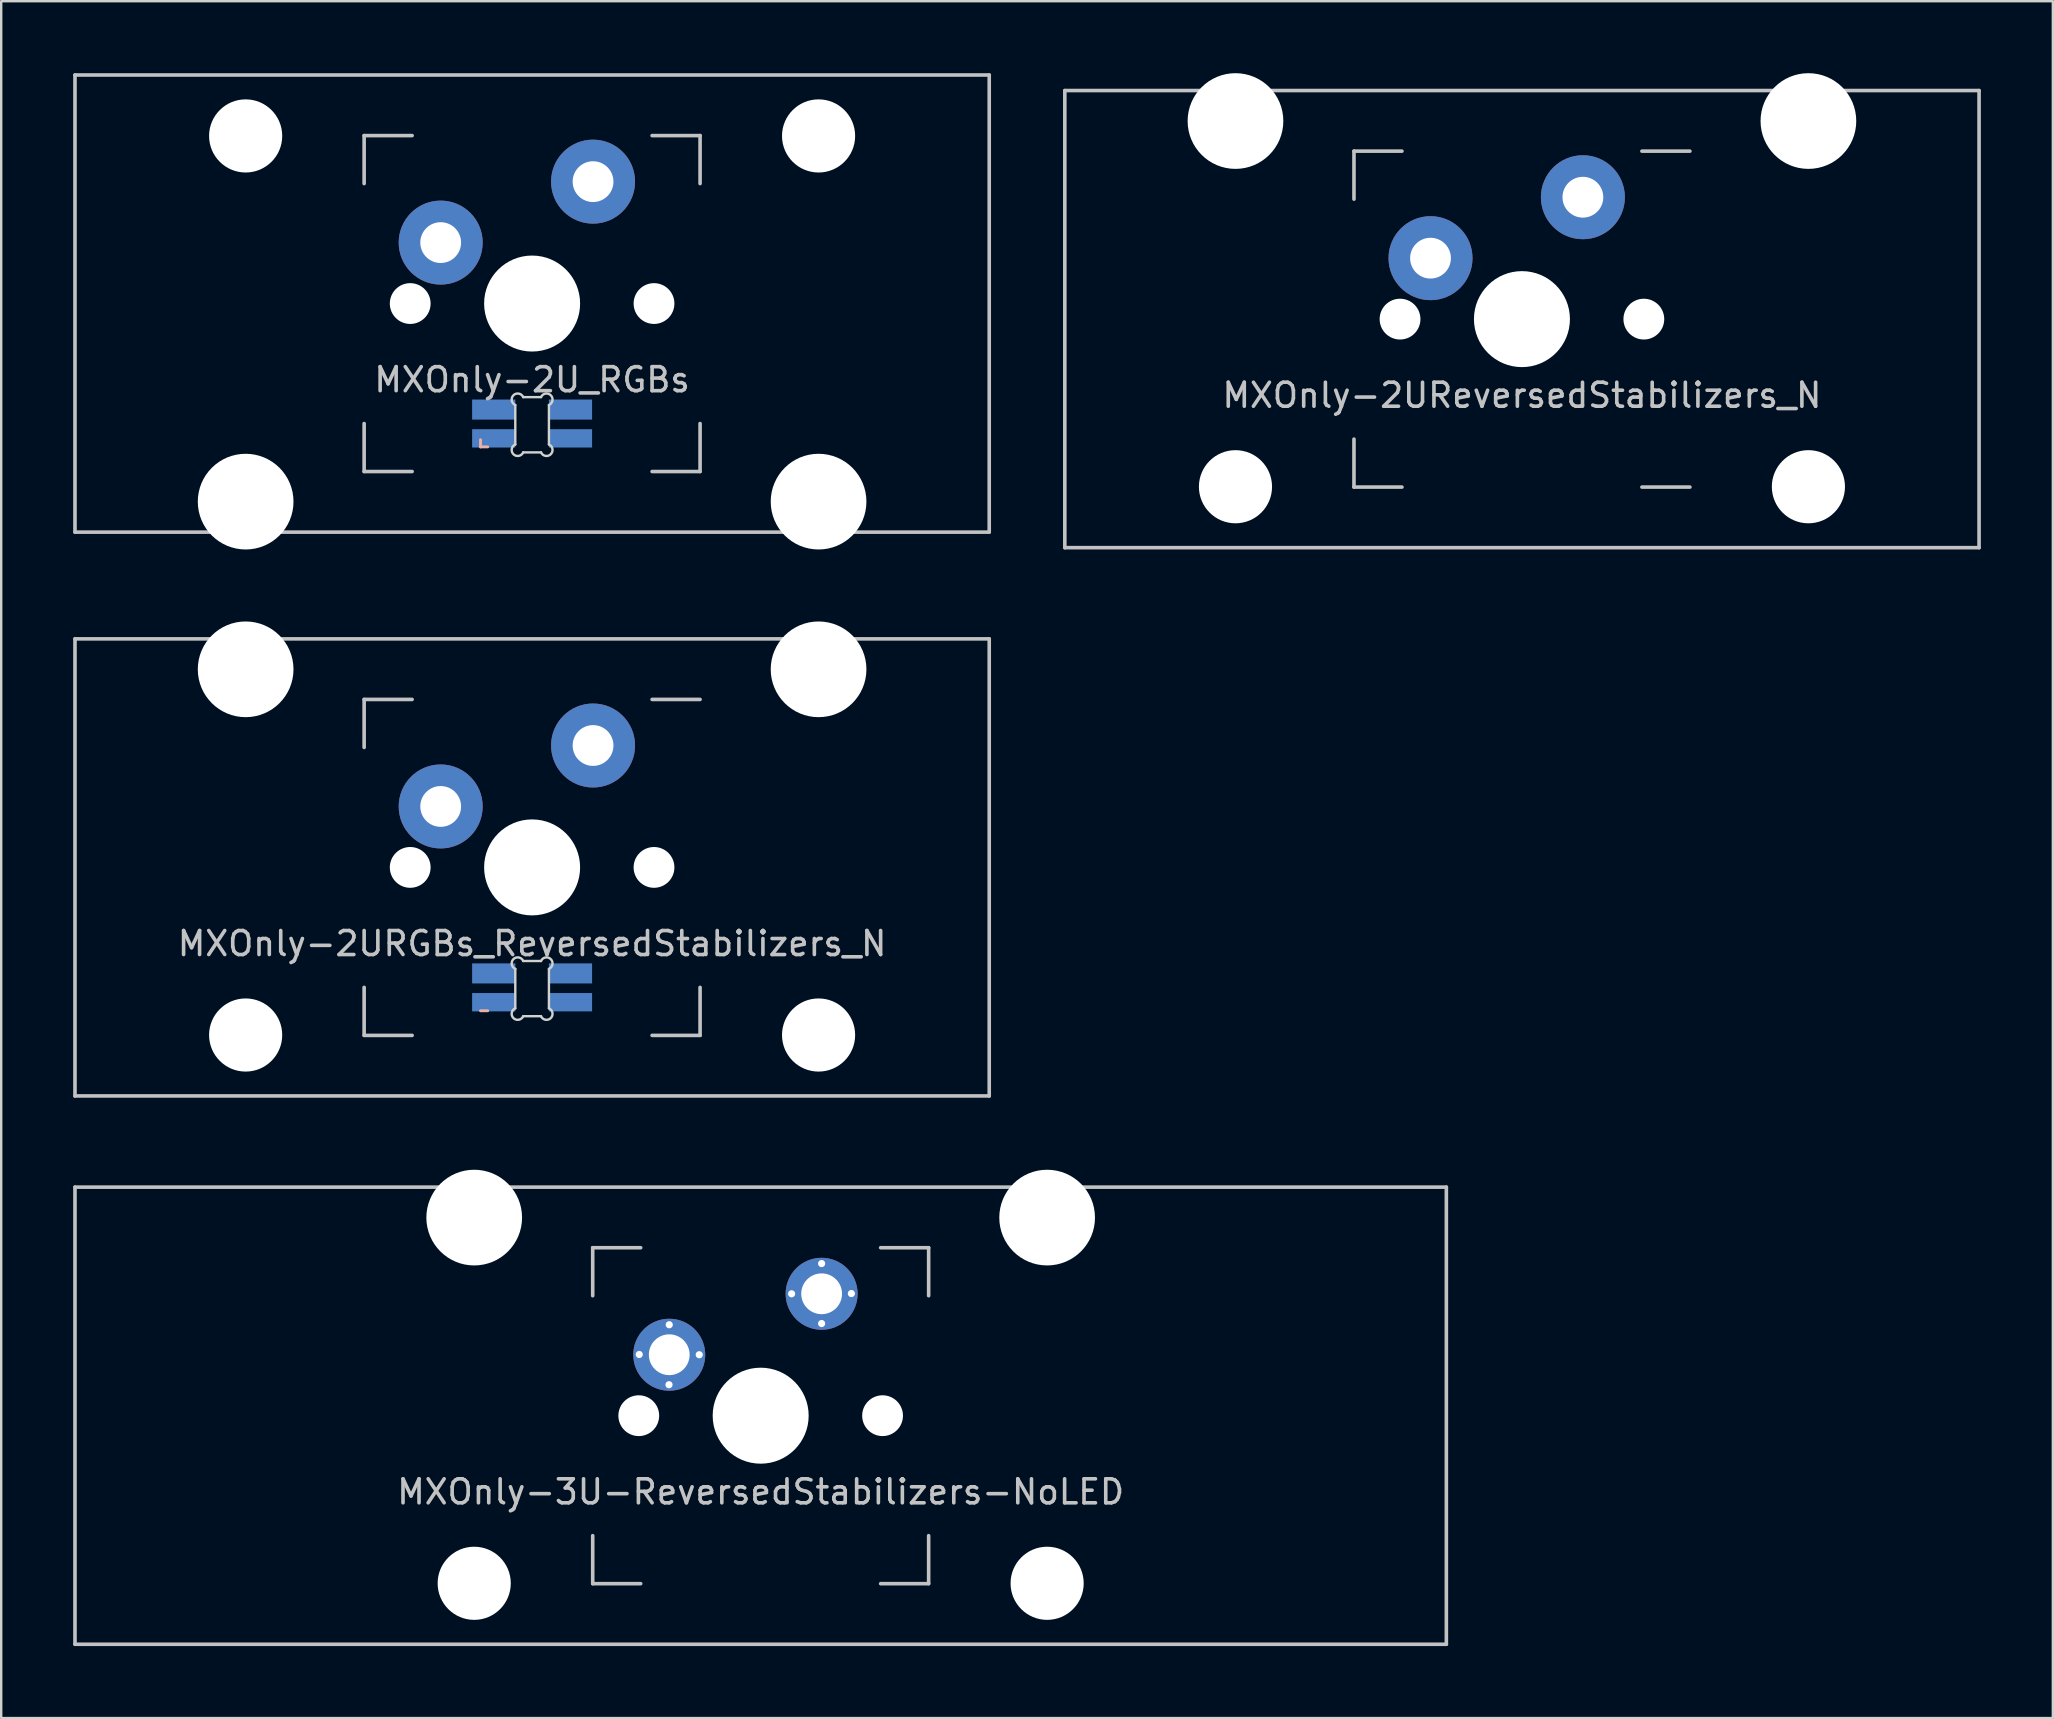
<source format=kicad_pcb>
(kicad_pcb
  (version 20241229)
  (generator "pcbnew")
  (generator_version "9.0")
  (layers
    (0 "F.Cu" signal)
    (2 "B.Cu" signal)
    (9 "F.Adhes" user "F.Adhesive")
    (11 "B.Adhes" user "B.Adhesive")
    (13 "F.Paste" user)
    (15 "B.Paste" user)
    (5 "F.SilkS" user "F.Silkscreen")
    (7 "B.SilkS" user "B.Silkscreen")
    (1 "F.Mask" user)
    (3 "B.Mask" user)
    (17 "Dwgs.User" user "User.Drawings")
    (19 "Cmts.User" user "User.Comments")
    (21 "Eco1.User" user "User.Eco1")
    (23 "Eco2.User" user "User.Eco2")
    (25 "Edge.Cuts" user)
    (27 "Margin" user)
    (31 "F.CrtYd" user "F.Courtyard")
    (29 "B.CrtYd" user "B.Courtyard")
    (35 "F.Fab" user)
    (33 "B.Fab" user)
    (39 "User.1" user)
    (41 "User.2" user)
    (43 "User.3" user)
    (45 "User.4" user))
  (footprint "MXOnly-2UReversedStabilizers_N"
    (layer "F.Cu")
    (at 60.375 10.249)
    (property "Reference" "MXOnly-2UReversedStabilizers_N" (at 0 3.175 0) (layer "Dwgs.User") (effects (font (size 1 1) (thickness 0.15))))
    (attr through_hole)
    (fp_line (start -19.05 -9.525) (end 19.05 -9.525) (stroke (width 0.15) (type solid)) (layer "Dwgs.User"))
    (fp_line (start -19.05 9.525) (end -19.05 -9.525) (stroke (width 0.15) (type solid)) (layer "Dwgs.User"))
    (fp_line (start -19.05 9.525) (end 19.05 9.525) (stroke (width 0.15) (type solid)) (layer "Dwgs.User"))
    (fp_line (start -7 -7) (end -7 -5) (stroke (width 0.15) (type solid)) (layer "Dwgs.User"))
    (fp_line (start -7 5) (end -7 7) (stroke (width 0.15) (type solid)) (layer "Dwgs.User"))
    (fp_line (start -7 7) (end -5 7) (stroke (width 0.15) (type solid)) (layer "Dwgs.User"))
    (fp_line (start -5 -7) (end -7 -7) (stroke (width 0.15) (type solid)) (layer "Dwgs.User"))
    (fp_line (start 5 -7) (end 7 -7) (stroke (width 0.15) (type solid)) (layer "Dwgs.User"))
    (fp_line (start 5 7) (end 7 7) (stroke (width 0.15) (type solid)) (layer "Dwgs.User"))
    (fp_line (start 19.05 -9.525) (end 19.05 9.525) (stroke (width 0.15) (type solid)) (layer "Dwgs.User"))
    (pad "" np_thru_hole circle (at -11.938 -8.255) (size 3.988 3.988) (drill 3.988) (layers "*.Cu" "*.Mask"))
    (pad "" np_thru_hole circle (at -11.938 6.985) (size 3.048 3.048) (drill 3.048) (layers "*.Cu" "*.Mask"))
    (pad "" np_thru_hole circle (at -5.08 0 48.099) (size 1.7 1.7) (drill 1.7) (layers "*.Cu" "*.Mask"))
    (pad "" smd circle (at -3.81 -2.55) (size 2.5 2.5) (layers "B.Mask"))
    (pad "" np_thru_hole circle (at 0 0) (size 4 4) (drill 4) (layers "*.Cu" "*.Mask"))
    (pad "" smd circle (at 2.54 -5.08) (size 2.5 2.5) (layers "B.Mask"))
    (pad "" np_thru_hole circle (at 5.08 0 48.099) (size 1.7 1.7) (drill 1.7) (layers "*.Cu" "*.Mask"))
    (pad "" np_thru_hole circle (at 11.938 -8.255) (size 3.988 3.988) (drill 3.988) (layers "*.Cu" "*.Mask"))
    (pad "" np_thru_hole circle (at 11.938 6.985) (size 3.048 3.048) (drill 3.048) (layers "*.Cu" "*.Mask"))
    (pad "1" thru_hole circle (at -3.81 -2.54) (size 3.5 3.5) (drill 1.7) (layers "*.Cu"))
    (pad "2" thru_hole circle (at 2.54 -5.08) (size 3.5 3.5) (drill 1.7) (layers "*.Cu")))
  (footprint "MXOnly-2U_RGBs"
    (layer "F.Cu")
    (at 19.125 9.6)
    (property "Reference" "MXOnly-2U_RGBs" (at 0 3.175 0) (layer "Dwgs.User") (effects (font (size 1 1) (thickness 0.15))))
    (attr through_hole)
    (fp_line (start -2.15 5.675) (end -2.15 5.975) (stroke (width 0.12) (type solid)) (layer "B.SilkS"))
    (fp_line (start -2.15 5.975) (end -1.85 5.975) (stroke (width 0.12) (type solid)) (layer "B.SilkS"))
    (fp_line (start -19.05 -9.525) (end 19.05 -9.525) (stroke (width 0.15) (type solid)) (layer "Dwgs.User"))
    (fp_line (start -19.05 9.525) (end -19.05 -9.525) (stroke (width 0.15) (type solid)) (layer "Dwgs.User"))
    (fp_line (start -19.05 9.525) (end 19.05 9.525) (stroke (width 0.15) (type solid)) (layer "Dwgs.User"))
    (fp_line (start -7 -7) (end -7 -5) (stroke (width 0.15) (type solid)) (layer "Dwgs.User"))
    (fp_line (start -7 5) (end -7 7) (stroke (width 0.15) (type solid)) (layer "Dwgs.User"))
    (fp_line (start -7 7) (end -5 7) (stroke (width 0.15) (type solid)) (layer "Dwgs.User"))
    (fp_line (start -5 -7) (end -7 -7) (stroke (width 0.15) (type solid)) (layer "Dwgs.User"))
    (fp_line (start 5 -7) (end 7 -7) (stroke (width 0.15) (type solid)) (layer "Dwgs.User"))
    (fp_line (start 5 7) (end 7 7) (stroke (width 0.15) (type solid)) (layer "Dwgs.User"))
    (fp_line (start 7 -7) (end 7 -5) (stroke (width 0.15) (type solid)) (layer "Dwgs.User"))
    (fp_line (start 7 7) (end 7 5) (stroke (width 0.15) (type solid)) (layer "Dwgs.User"))
    (fp_line (start 19.05 -9.525) (end 19.05 9.525) (stroke (width 0.15) (type solid)) (layer "Dwgs.User"))
    (fp_line (start -0.701 5.873) (end -0.701 4.229) (stroke (width 0.1) (type solid)) (layer "Edge.Cuts"))
    (fp_line (start -0.372 3.9) (end 0.372 3.9) (stroke (width 0.1) (type solid)) (layer "Edge.Cuts"))
    (fp_line (start 0.372 6.202) (end -0.372 6.202) (stroke (width 0.1) (type solid)) (layer "Edge.Cuts"))
    (fp_line (start 0.701 4.229) (end 0.701 5.873) (stroke (width 0.1) (type solid)) (layer "Edge.Cuts"))
    (fp_arc (start -0.701007 4.229129) (mid -0.777791 3.823216) (end -0.371878 3.9) (stroke (width 0.1) (type solid)) (layer "Edge.Cuts"))
    (fp_arc (start -0.371878 6.202013) (mid -0.777748 6.278754) (end -0.701007 5.872884) (stroke (width 0.1) (type solid)) (layer "Edge.Cuts"))
    (fp_arc (start 0.371877 3.9) (mid 0.777804 3.823208) (end 0.701006 4.229129) (stroke (width 0.1) (type solid)) (layer "Edge.Cuts"))
    (fp_arc (start 0.701006 5.872884) (mid 0.777758 6.278765) (end 0.371877 6.202013) (stroke (width 0.1) (type solid)) (layer "Edge.Cuts"))
    (pad "" np_thru_hole circle (at -11.938 -6.985) (size 3.048 3.048) (drill 3.048) (layers "*.Cu" "*.Mask"))
    (pad "" np_thru_hole circle (at -11.938 8.255) (size 3.988 3.988) (drill 3.988) (layers "*.Cu" "*.Mask"))
    (pad "" np_thru_hole circle (at -5.08 0 48.099) (size 1.7 1.7) (drill 1.7) (layers "*.Cu" "*.Mask"))
    (pad "" smd circle (at -3.81 -2.55) (size 2.5 2.5) (layers "B.Mask"))
    (pad "" np_thru_hole circle (at 0 0) (size 4 4) (drill 4) (layers "*.Cu" "*.Mask"))
    (pad "" smd circle (at 2.54 -5.08) (size 2.5 2.5) (layers "B.Mask"))
    (pad "" np_thru_hole circle (at 5.08 0 48.099) (size 1.7 1.7) (drill 1.7) (layers "*.Cu" "*.Mask"))
    (pad "" np_thru_hole circle (at 11.938 -6.985) (size 3.048 3.048) (drill 3.048) (layers "*.Cu" "*.Mask"))
    (pad "" np_thru_hole circle (at 11.938 8.255) (size 3.988 3.988) (drill 3.988) (layers "*.Cu" "*.Mask"))
    (pad "1" thru_hole circle (at -3.81 -2.54) (size 3.5 3.5) (drill 1.7) (layers "*.Cu"))
    (pad "2" thru_hole circle (at 2.54 -5.08) (size 3.5 3.5) (drill 1.7) (layers "*.Cu"))
    (pad "3" smd rect (at 1.6 4.418) (size 1.8 0.836) (layers "B.Cu" "B.Mask" "B.Paste"))
    (pad "4" smd rect (at -1.6 4.418) (size 1.8 0.836) (layers "B.Cu" "B.Mask" "B.Paste"))
    (pad "5" smd rect (at 1.6 5.618) (size 1.8 0.764) (layers "B.Cu" "B.Mask" "B.Paste"))
    (pad "6" smd rect (at -1.6 5.618) (size 1.8 0.764) (layers "B.Cu" "B.Mask" "B.Paste")))
  (footprint "MXOnly-3U-ReversedStabilizers-NoLED"
    (layer "F.Cu")
    (at 28.65 55.947)
    (property "Reference" "MXOnly-3U-ReversedStabilizers-NoLED" (at 0 3.175 0) (layer "Dwgs.User") (effects (font (size 1 1) (thickness 0.15))))
    (attr through_hole)
    (fp_line (start -28.575 -9.525) (end 28.575 -9.525) (stroke (width 0.15) (type solid)) (layer "Dwgs.User"))
    (fp_line (start -28.575 9.525) (end -28.575 -9.525) (stroke (width 0.15) (type solid)) (layer "Dwgs.User"))
    (fp_line (start -28.575 9.525) (end 28.575 9.525) (stroke (width 0.15) (type solid)) (layer "Dwgs.User"))
    (fp_line (start -7 -7) (end -7 -5) (stroke (width 0.15) (type solid)) (layer "Dwgs.User"))
    (fp_line (start -7 5) (end -7 7) (stroke (width 0.15) (type solid)) (layer "Dwgs.User"))
    (fp_line (start -7 7) (end -5 7) (stroke (width 0.15) (type solid)) (layer "Dwgs.User"))
    (fp_line (start -5 -7) (end -7 -7) (stroke (width 0.15) (type solid)) (layer "Dwgs.User"))
    (fp_line (start 5 -7) (end 7 -7) (stroke (width 0.15) (type solid)) (layer "Dwgs.User"))
    (fp_line (start 5 7) (end 7 7) (stroke (width 0.15) (type solid)) (layer "Dwgs.User"))
    (fp_line (start 7 -7) (end 7 -5) (stroke (width 0.15) (type solid)) (layer "Dwgs.User"))
    (fp_line (start 7 7) (end 7 5) (stroke (width 0.15) (type solid)) (layer "Dwgs.User"))
    (fp_line (start 28.575 -9.525) (end 28.575 9.525) (stroke (width 0.15) (type solid)) (layer "Dwgs.User"))
    (pad "" np_thru_hole circle (at -11.938 -8.255) (size 3.988 3.988) (drill 3.988) (layers "*.Cu" "*.Mask"))
    (pad "" np_thru_hole circle (at -11.938 6.985) (size 3.048 3.048) (drill 3.048) (layers "*.Cu" "*.Mask"))
    (pad "" np_thru_hole circle (at -5.08 0 48.099) (size 1.7 1.7) (drill 1.7) (layers "*.Cu" "*.Mask"))
    (pad "" np_thru_hole circle (at 0 0) (size 4 4) (drill 4) (layers "*.Cu" "*.Mask"))
    (pad "" np_thru_hole circle (at 5.08 0 48.099) (size 1.7 1.7) (drill 1.7) (layers "*.Cu" "*.Mask"))
    (pad "" np_thru_hole circle (at 11.938 -8.255) (size 3.988 3.988) (drill 3.988) (layers "*.Cu" "*.Mask"))
    (pad "" np_thru_hole circle (at 11.938 6.985) (size 3.048 3.048) (drill 3.048) (layers "*.Cu" "*.Mask"))
    (pad "1" thru_hole circle (at -5.06 -2.55 180) (size 0.4 0.4) (drill 0.3) (layers "*.Cu" "B.Mask"))
    (pad "1" thru_hole circle (at -3.82 -1.29 180) (size 0.4 0.4) (drill 0.3) (layers "*.Cu" "B.Mask"))
    (pad "1" thru_hole circle (at -3.81 -3.79 180) (size 0.4 0.4) (drill 0.3) (layers "*.Cu" "B.Mask"))
    (pad "1" thru_hole circle (at -3.81 -2.54) (size 3 3) (drill 1.7) (layers "*.Cu" "B.Mask"))
    (pad "1" thru_hole circle (at -2.56 -2.54 180) (size 0.4 0.4) (drill 0.3) (layers "*.Cu" "B.Mask"))
    (pad "2" thru_hole circle (at 1.29 -5.08 180) (size 0.4 0.4) (drill 0.3) (layers "*.Cu" "B.Mask"))
    (pad "2" thru_hole circle (at 2.54 -6.34 180) (size 0.4 0.4) (drill 0.3) (layers "*.Cu" "B.Mask"))
    (pad "2" thru_hole circle (at 2.54 -5.08) (size 3 3) (drill 1.7) (layers "*.Cu" "B.Mask"))
    (pad "2" thru_hole circle (at 2.54 -3.84 180) (size 0.4 0.4) (drill 0.3) (layers "*.Cu" "B.Mask"))
    (pad "2" thru_hole circle (at 3.78 -5.09 180) (size 0.4 0.4) (drill 0.3) (layers "*.Cu" "B.Mask")))
  (footprint "MXOnly-2URGBs_ReversedStabilizers_N"
    (layer "F.Cu")
    (at 19.125 33.098)
    (property "Reference" "MXOnly-2URGBs_ReversedStabilizers_N" (at 0 3.175 0) (layer "Dwgs.User") (effects (font (size 1 1) (thickness 0.15))))
    (attr through_hole)
    (fp_line (start -2.15 5.975) (end -1.85 5.975) (stroke (width 0.12) (type solid)) (layer "B.SilkS"))
    (fp_line (start -19.05 -9.525) (end 19.05 -9.525) (stroke (width 0.15) (type solid)) (layer "Dwgs.User"))
    (fp_line (start -19.05 9.525) (end -19.05 -9.525) (stroke (width 0.15) (type solid)) (layer "Dwgs.User"))
    (fp_line (start -19.05 9.525) (end 19.05 9.525) (stroke (width 0.15) (type solid)) (layer "Dwgs.User"))
    (fp_line (start -7 -7) (end -7 -5) (stroke (width 0.15) (type solid)) (layer "Dwgs.User"))
    (fp_line (start -7 5) (end -7 7) (stroke (width 0.15) (type solid)) (layer "Dwgs.User"))
    (fp_line (start -7 7) (end -5 7) (stroke (width 0.15) (type solid)) (layer "Dwgs.User"))
    (fp_line (start -5 -7) (end -7 -7) (stroke (width 0.15) (type solid)) (layer "Dwgs.User"))
    (fp_line (start 5 -7) (end 7 -7) (stroke (width 0.15) (type solid)) (layer "Dwgs.User"))
    (fp_line (start 5 7) (end 7 7) (stroke (width 0.15) (type solid)) (layer "Dwgs.User"))
    (fp_line (start 7 7) (end 7 5) (stroke (width 0.15) (type solid)) (layer "Dwgs.User"))
    (fp_line (start 19.05 -9.525) (end 19.05 9.525) (stroke (width 0.15) (type solid)) (layer "Dwgs.User"))
    (fp_line (start -0.701 5.873) (end -0.701 4.229) (stroke (width 0.1) (type solid)) (layer "Edge.Cuts"))
    (fp_line (start -0.372 3.9) (end 0.372 3.9) (stroke (width 0.1) (type solid)) (layer "Edge.Cuts"))
    (fp_line (start 0.372 6.202) (end -0.372 6.202) (stroke (width 0.1) (type solid)) (layer "Edge.Cuts"))
    (fp_line (start 0.701 4.229) (end 0.701 5.873) (stroke (width 0.1) (type solid)) (layer "Edge.Cuts"))
    (fp_arc (start -0.701007 4.229129) (mid -0.777791 3.823216) (end -0.371878 3.9) (stroke (width 0.1) (type solid)) (layer "Edge.Cuts"))
    (fp_arc (start -0.371878 6.202013) (mid -0.777748 6.278754) (end -0.701007 5.872884) (stroke (width 0.1) (type solid)) (layer "Edge.Cuts"))
    (fp_arc (start 0.371877 3.9) (mid 0.777804 3.823208) (end 0.701006 4.229129) (stroke (width 0.1) (type solid)) (layer "Edge.Cuts"))
    (fp_arc (start 0.701006 5.872884) (mid 0.777758 6.278765) (end 0.371877 6.202013) (stroke (width 0.1) (type solid)) (layer "Edge.Cuts"))
    (pad "" np_thru_hole circle (at -11.938 -8.255) (size 3.988 3.988) (drill 3.988) (layers "*.Cu" "*.Mask"))
    (pad "" np_thru_hole circle (at -11.938 6.985) (size 3.048 3.048) (drill 3.048) (layers "*.Cu" "*.Mask"))
    (pad "" np_thru_hole circle (at -5.08 0 48.099) (size 1.7 1.7) (drill 1.7) (layers "*.Cu" "*.Mask"))
    (pad "" smd circle (at -3.81 -2.55) (size 2.5 2.5) (layers "B.Mask"))
    (pad "" np_thru_hole circle (at 0 0) (size 4 4) (drill 4) (layers "*.Cu" "*.Mask"))
    (pad "" smd circle (at 2.54 -5.08) (size 2.5 2.5) (layers "B.Mask"))
    (pad "" np_thru_hole circle (at 5.08 0 48.099) (size 1.7 1.7) (drill 1.7) (layers "*.Cu" "*.Mask"))
    (pad "" np_thru_hole circle (at 11.938 -8.255) (size 3.988 3.988) (drill 3.988) (layers "*.Cu" "*.Mask"))
    (pad "" np_thru_hole circle (at 11.938 6.985) (size 3.048 3.048) (drill 3.048) (layers "*.Cu" "*.Mask"))
    (pad "1" thru_hole circle (at -3.81 -2.54) (size 3.5 3.5) (drill 1.7) (layers "*.Cu"))
    (pad "2" thru_hole circle (at 2.54 -5.08) (size 3.5 3.5) (drill 1.7) (layers "*.Cu"))
    (pad "3" smd rect (at 1.6 4.418) (size 1.8 0.836) (layers "B.Cu" "B.Mask" "B.Paste"))
    (pad "4" smd rect (at -1.6 4.418) (size 1.8 0.836) (layers "B.Cu" "B.Mask" "B.Paste"))
    (pad "5" smd rect (at 1.6 5.618) (size 1.8 0.764) (layers "B.Cu" "B.Mask" "B.Paste"))
    (pad "6" smd rect (at -1.6 5.618) (size 1.8 0.764) (layers "B.Cu" "B.Mask" "B.Paste")))
  (gr_rect
    (start -3 -3)
    (end 82.5 68.547)
    (stroke (width 0.1) (type default))
    (fill no)
    (layer "Edge.Cuts")))
</source>
